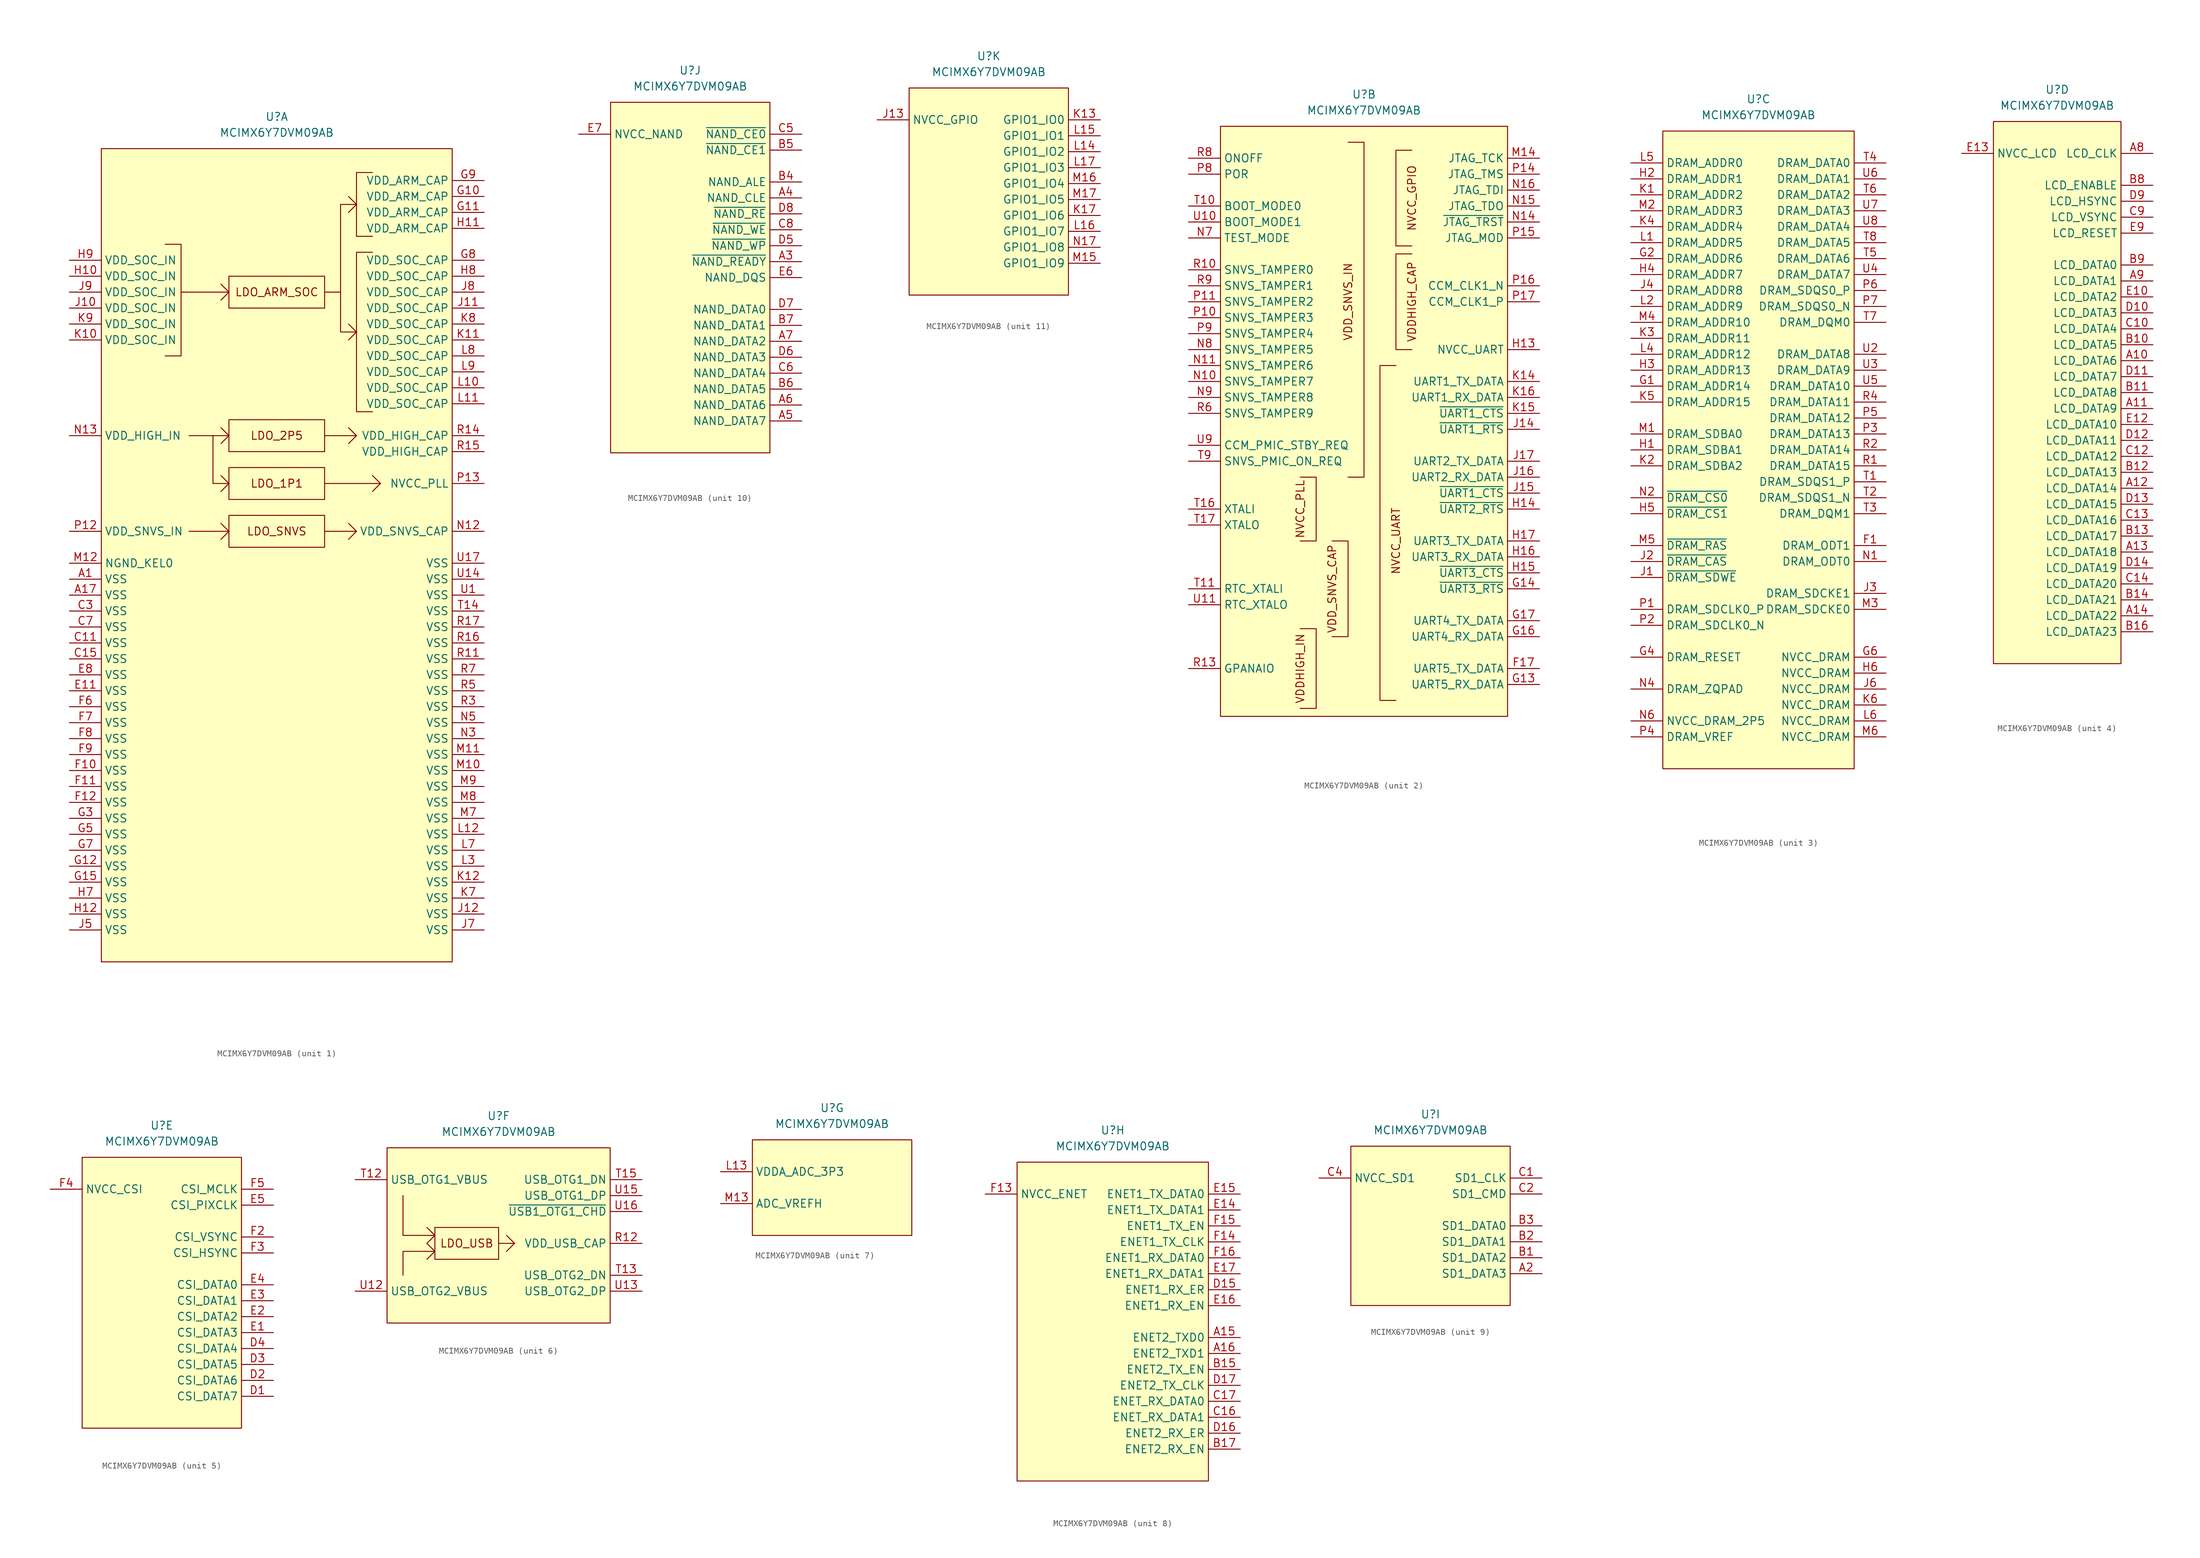
<source format=kicad_sym>
(kicad_symbol_lib
  (version 20231120)
  (generator "kicad_symbol_editor")
  (generator_version "8.0")
  (symbol "MCIMX6Y7DVM09AB"
    (property "Reference" "U"
      (at 0 0 0)
      (effects (font (size 1.27 1.27))))
    (property "Value" "MCIMX6Y7DVM09AB"
      (at 0 -2.54 0)
      (effects (font (size 1.27 1.27))))
    (property "ki_locked" ""
      (at 0 0 0)
      (effects (font (size 1.27 1.27))))
    (symbol "MCIMX6Y7DVM09AB_1_0"
      (rectangle (start -7.62 -63.5) (end 7.62 -68.58) (stroke (width 0.152) (type default)) (fill (type none)))
      (rectangle (start -7.62 -55.88) (end 7.62 -60.96) (stroke (width 0.152) (type default)) (fill (type none)))
      (rectangle (start -7.62 -48.26) (end 7.62 -53.34) (stroke (width 0.152) (type default)) (fill (type none)))
      (rectangle (start -7.62 -25.4) (end 7.62 -30.48) (stroke (width 0.152) (type default)) (fill (type none)))
      (polyline (pts (xy -15.24 -27.94) (xy -7.62 -27.94)) (stroke (width 0.152) (type default)) (fill (type none)))
      (polyline (pts (xy -13.97 -66.04) (xy -7.62 -66.04)) (stroke (width 0.152) (type default)) (fill (type none)))
      (polyline (pts (xy -13.97 -50.8) (xy -7.62 -50.8)) (stroke (width 0.152) (type default)) (fill (type none)))
      (polyline (pts (xy 7.62 -66.04) (xy 12.7 -66.04)) (stroke (width 0.152) (type default)) (fill (type none)))
      (polyline (pts (xy 7.62 -58.42) (xy 16.51 -58.42)) (stroke (width 0.152) (type default)) (fill (type none)))
      (polyline (pts (xy 7.62 -50.8) (xy 12.7 -50.8)) (stroke (width 0.152) (type default)) (fill (type none)))
      (polyline (pts (xy -8.89 -64.77) (xy -7.62 -66.04) (xy -8.89 -67.31)) (stroke (width 0.152) (type default)) (fill (type none)))
      (polyline (pts (xy -8.89 -57.15) (xy -7.62 -58.42) (xy -8.89 -59.69)) (stroke (width 0.152) (type default)) (fill (type none)))
      (polyline (pts (xy -8.89 -49.53) (xy -7.62 -50.8) (xy -8.89 -52.07)) (stroke (width 0.152) (type default)) (fill (type none)))
      (polyline (pts (xy -8.89 -26.67) (xy -7.62 -27.94) (xy -8.89 -29.21)) (stroke (width 0.152) (type default)) (fill (type none)))
      (polyline (pts (xy -7.62 -58.42) (xy -10.16 -58.42) (xy -10.16 -50.8)) (stroke (width 0.152) (type default)) (fill (type none)))
      (polyline (pts (xy 10.16 -27.94) (xy 10.16 -34.29) (xy 12.7 -34.29)) (stroke (width 0.152) (type default)) (fill (type none)))
      (polyline (pts (xy 11.43 -64.77) (xy 12.7 -66.04) (xy 11.43 -67.31)) (stroke (width 0.152) (type default)) (fill (type none)))
      (polyline (pts (xy 11.43 -52.07) (xy 12.7 -50.8) (xy 11.43 -49.53)) (stroke (width 0.152) (type default)) (fill (type none)))
      (polyline (pts (xy 11.43 -33.02) (xy 12.7 -34.29) (xy 11.43 -35.56)) (stroke (width 0.152) (type default)) (fill (type none)))
      (polyline (pts (xy 11.43 -12.7) (xy 12.7 -13.97) (xy 11.43 -15.24)) (stroke (width 0.152) (type default)) (fill (type none)))
      (polyline (pts (xy 15.24 -59.69) (xy 16.51 -58.42) (xy 15.24 -57.15)) (stroke (width 0.152) (type default)) (fill (type none)))
      (polyline (pts (xy -17.78 -20.32) (xy -15.24 -20.32) (xy -15.24 -38.1) (xy -17.78 -38.1)) (stroke (width 0.152) (type default)) (fill (type none)))
      (polyline (pts (xy 7.62 -27.94) (xy 10.16 -27.94) (xy 10.16 -13.97) (xy 12.7 -13.97)) (stroke (width 0.152) (type default)) (fill (type none)))
      (polyline (pts (xy 15.24 -21.59) (xy 12.7 -21.59) (xy 12.7 -46.99) (xy 15.24 -46.99)) (stroke (width 0.152) (type default)) (fill (type none)))
      (polyline (pts (xy 15.24 -8.89) (xy 12.7 -8.89) (xy 12.7 -19.05) (xy 15.24 -19.05)) (stroke (width 0.152) (type default)) (fill (type none)))
      (text "LDO_1P1" (at 0 -58.42 0) (effects (font (size 1.27 1.27))))
      (text "LDO_2P5" (at 0 -50.8 0) (effects (font (size 1.27 1.27))))
      (text "LDO_ARM_SOC" (at 0 -27.94 0) (effects (font (size 1.27 1.27))))
      (text "LDO_SNVS" (at 0 -66.04 0) (effects (font (size 1.27 1.27)))))
    (symbol "MCIMX6Y7DVM09AB_1_1"
      (rectangle (start -27.94 -5.08) (end 27.94 -134.62) (stroke (width 0.152) (type default)) (fill (type background)))
      (pin power_in line (at -33.02 -73.66 0) (length 5.08) (name "VSS" (effects (font (size 1.27 1.27)))) (number "A1" (effects (font (size 1.27 1.27)))))
      (pin power_in line (at -33.02 -76.2 0) (length 5.08) (name "VSS" (effects (font (size 1.27 1.27)))) (number "A17" (effects (font (size 1.27 1.27)))))
      (pin power_in line (at -33.02 -83.82 0) (length 5.08) (name "VSS" (effects (font (size 1.27 1.27)))) (number "C11" (effects (font (size 1.27 1.27)))))
      (pin power_in line (at -33.02 -86.36 0) (length 5.08) (name "VSS" (effects (font (size 1.27 1.27)))) (number "C15" (effects (font (size 1.27 1.27)))))
      (pin power_in line (at -33.02 -78.74 0) (length 5.08) (name "VSS" (effects (font (size 1.27 1.27)))) (number "C3" (effects (font (size 1.27 1.27)))))
      (pin power_in line (at -33.02 -81.28 0) (length 5.08) (name "VSS" (effects (font (size 1.27 1.27)))) (number "C7" (effects (font (size 1.27 1.27)))))
      (pin power_in line (at -33.02 -91.44 0) (length 5.08) (name "VSS" (effects (font (size 1.27 1.27)))) (number "E11" (effects (font (size 1.27 1.27)))))
      (pin power_in line (at -33.02 -88.9 0) (length 5.08) (name "VSS" (effects (font (size 1.27 1.27)))) (number "E8" (effects (font (size 1.27 1.27)))))
      (pin power_in line (at -33.02 -104.14 0) (length 5.08) (name "VSS" (effects (font (size 1.27 1.27)))) (number "F10" (effects (font (size 1.27 1.27)))))
      (pin power_in line (at -33.02 -106.68 0) (length 5.08) (name "VSS" (effects (font (size 1.27 1.27)))) (number "F11" (effects (font (size 1.27 1.27)))))
      (pin power_in line (at -33.02 -109.22 0) (length 5.08) (name "VSS" (effects (font (size 1.27 1.27)))) (number "F12" (effects (font (size 1.27 1.27)))))
      (pin power_in line (at -33.02 -93.98 0) (length 5.08) (name "VSS" (effects (font (size 1.27 1.27)))) (number "F6" (effects (font (size 1.27 1.27)))))
      (pin power_in line (at -33.02 -96.52 0) (length 5.08) (name "VSS" (effects (font (size 1.27 1.27)))) (number "F7" (effects (font (size 1.27 1.27)))))
      (pin power_in line (at -33.02 -99.06 0) (length 5.08) (name "VSS" (effects (font (size 1.27 1.27)))) (number "F8" (effects (font (size 1.27 1.27)))))
      (pin power_in line (at -33.02 -101.6 0) (length 5.08) (name "VSS" (effects (font (size 1.27 1.27)))) (number "F9" (effects (font (size 1.27 1.27)))))
      (pin power_out line (at 33.02 -12.7 180) (length 5.08) (name "VDD_ARM_CAP" (effects (font (size 1.27 1.27)))) (number "G10" (effects (font (size 1.27 1.27)))))
      (pin power_out line (at 33.02 -15.24 180) (length 5.08) (name "VDD_ARM_CAP" (effects (font (size 1.27 1.27)))) (number "G11" (effects (font (size 1.27 1.27)))))
      (pin power_in line (at -33.02 -119.38 0) (length 5.08) (name "VSS" (effects (font (size 1.27 1.27)))) (number "G12" (effects (font (size 1.27 1.27)))))
      (pin power_in line (at -33.02 -121.92 0) (length 5.08) (name "VSS" (effects (font (size 1.27 1.27)))) (number "G15" (effects (font (size 1.27 1.27)))))
      (pin power_in line (at -33.02 -111.76 0) (length 5.08) (name "VSS" (effects (font (size 1.27 1.27)))) (number "G3" (effects (font (size 1.27 1.27)))))
      (pin power_in line (at -33.02 -114.3 0) (length 5.08) (name "VSS" (effects (font (size 1.27 1.27)))) (number "G5" (effects (font (size 1.27 1.27)))))
      (pin power_in line (at -33.02 -116.84 0) (length 5.08) (name "VSS" (effects (font (size 1.27 1.27)))) (number "G7" (effects (font (size 1.27 1.27)))))
      (pin power_out line (at 33.02 -22.86 180) (length 5.08) (name "VDD_SOC_CAP" (effects (font (size 1.27 1.27)))) (number "G8" (effects (font (size 1.27 1.27)))))
      (pin power_out line (at 33.02 -10.16 180) (length 5.08) (name "VDD_ARM_CAP" (effects (font (size 1.27 1.27)))) (number "G9" (effects (font (size 1.27 1.27)))))
      (pin power_in line (at -33.02 -25.4 0) (length 5.08) (name "VDD_SOC_IN" (effects (font (size 1.27 1.27)))) (number "H10" (effects (font (size 1.27 1.27)))))
      (pin power_out line (at 33.02 -17.78 180) (length 5.08) (name "VDD_ARM_CAP" (effects (font (size 1.27 1.27)))) (number "H11" (effects (font (size 1.27 1.27)))))
      (pin power_in line (at -33.02 -127 0) (length 5.08) (name "VSS" (effects (font (size 1.27 1.27)))) (number "H12" (effects (font (size 1.27 1.27)))))
      (pin power_in line (at -33.02 -124.46 0) (length 5.08) (name "VSS" (effects (font (size 1.27 1.27)))) (number "H7" (effects (font (size 1.27 1.27)))))
      (pin power_out line (at 33.02 -25.4 180) (length 5.08) (name "VDD_SOC_CAP" (effects (font (size 1.27 1.27)))) (number "H8" (effects (font (size 1.27 1.27)))))
      (pin power_in line (at -33.02 -22.86 0) (length 5.08) (name "VDD_SOC_IN" (effects (font (size 1.27 1.27)))) (number "H9" (effects (font (size 1.27 1.27)))))
      (pin power_in line (at -33.02 -30.48 0) (length 5.08) (name "VDD_SOC_IN" (effects (font (size 1.27 1.27)))) (number "J10" (effects (font (size 1.27 1.27)))))
      (pin power_out line (at 33.02 -30.48 180) (length 5.08) (name "VDD_SOC_CAP" (effects (font (size 1.27 1.27)))) (number "J11" (effects (font (size 1.27 1.27)))))
      (pin power_out line (at 33.02 -127 180) (length 5.08) (name "VSS" (effects (font (size 1.27 1.27)))) (number "J12" (effects (font (size 1.27 1.27)))))
      (pin power_in line (at -33.02 -129.54 0) (length 5.08) (name "VSS" (effects (font (size 1.27 1.27)))) (number "J5" (effects (font (size 1.27 1.27)))))
      (pin power_out line (at 33.02 -129.54 180) (length 5.08) (name "VSS" (effects (font (size 1.27 1.27)))) (number "J7" (effects (font (size 1.27 1.27)))))
      (pin power_out line (at 33.02 -27.94 180) (length 5.08) (name "VDD_SOC_CAP" (effects (font (size 1.27 1.27)))) (number "J8" (effects (font (size 1.27 1.27)))))
      (pin power_in line (at -33.02 -27.94 0) (length 5.08) (name "VDD_SOC_IN" (effects (font (size 1.27 1.27)))) (number "J9" (effects (font (size 1.27 1.27)))))
      (pin power_in line (at -33.02 -35.56 0) (length 5.08) (name "VDD_SOC_IN" (effects (font (size 1.27 1.27)))) (number "K10" (effects (font (size 1.27 1.27)))))
      (pin power_out line (at 33.02 -35.56 180) (length 5.08) (name "VDD_SOC_CAP" (effects (font (size 1.27 1.27)))) (number "K11" (effects (font (size 1.27 1.27)))))
      (pin power_out line (at 33.02 -121.92 180) (length 5.08) (name "VSS" (effects (font (size 1.27 1.27)))) (number "K12" (effects (font (size 1.27 1.27)))))
      (pin power_out line (at 33.02 -124.46 180) (length 5.08) (name "VSS" (effects (font (size 1.27 1.27)))) (number "K7" (effects (font (size 1.27 1.27)))))
      (pin power_out line (at 33.02 -33.02 180) (length 5.08) (name "VDD_SOC_CAP" (effects (font (size 1.27 1.27)))) (number "K8" (effects (font (size 1.27 1.27)))))
      (pin power_in line (at -33.02 -33.02 0) (length 5.08) (name "VDD_SOC_IN" (effects (font (size 1.27 1.27)))) (number "K9" (effects (font (size 1.27 1.27)))))
      (pin power_out line (at 33.02 -43.18 180) (length 5.08) (name "VDD_SOC_CAP" (effects (font (size 1.27 1.27)))) (number "L10" (effects (font (size 1.27 1.27)))))
      (pin power_out line (at 33.02 -45.72 180) (length 5.08) (name "VDD_SOC_CAP" (effects (font (size 1.27 1.27)))) (number "L11" (effects (font (size 1.27 1.27)))))
      (pin power_out line (at 33.02 -114.3 180) (length 5.08) (name "VSS" (effects (font (size 1.27 1.27)))) (number "L12" (effects (font (size 1.27 1.27)))))
      (pin power_out line (at 33.02 -119.38 180) (length 5.08) (name "VSS" (effects (font (size 1.27 1.27)))) (number "L3" (effects (font (size 1.27 1.27)))))
      (pin power_out line (at 33.02 -116.84 180) (length 5.08) (name "VSS" (effects (font (size 1.27 1.27)))) (number "L7" (effects (font (size 1.27 1.27)))))
      (pin power_out line (at 33.02 -38.1 180) (length 5.08) (name "VDD_SOC_CAP" (effects (font (size 1.27 1.27)))) (number "L8" (effects (font (size 1.27 1.27)))))
      (pin power_out line (at 33.02 -40.64 180) (length 5.08) (name "VDD_SOC_CAP" (effects (font (size 1.27 1.27)))) (number "L9" (effects (font (size 1.27 1.27)))))
      (pin power_out line (at 33.02 -104.14 180) (length 5.08) (name "VSS" (effects (font (size 1.27 1.27)))) (number "M10" (effects (font (size 1.27 1.27)))))
      (pin power_out line (at 33.02 -101.6 180) (length 5.08) (name "VSS" (effects (font (size 1.27 1.27)))) (number "M11" (effects (font (size 1.27 1.27)))))
      (pin power_in line (at -33.02 -71.12 0) (length 5.08) (name "NGND_KEL0" (effects (font (size 1.27 1.27)))) (number "M12" (effects (font (size 1.27 1.27)))))
      (pin power_out line (at 33.02 -111.76 180) (length 5.08) (name "VSS" (effects (font (size 1.27 1.27)))) (number "M7" (effects (font (size 1.27 1.27)))))
      (pin power_out line (at 33.02 -109.22 180) (length 5.08) (name "VSS" (effects (font (size 1.27 1.27)))) (number "M8" (effects (font (size 1.27 1.27)))))
      (pin power_out line (at 33.02 -106.68 180) (length 5.08) (name "VSS" (effects (font (size 1.27 1.27)))) (number "M9" (effects (font (size 1.27 1.27)))))
      (pin power_out line (at 33.02 -66.04 180) (length 5.08) (name "VDD_SNVS_CAP" (effects (font (size 1.27 1.27)))) (number "N12" (effects (font (size 1.27 1.27)))))
      (pin power_in line (at -33.02 -50.8 0) (length 5.08) (name "VDD_HIGH_IN" (effects (font (size 1.27 1.27)))) (number "N13" (effects (font (size 1.27 1.27)))))
      (pin power_out line (at 33.02 -99.06 180) (length 5.08) (name "VSS" (effects (font (size 1.27 1.27)))) (number "N3" (effects (font (size 1.27 1.27)))))
      (pin power_out line (at 33.02 -96.52 180) (length 5.08) (name "VSS" (effects (font (size 1.27 1.27)))) (number "N5" (effects (font (size 1.27 1.27)))))
      (pin power_in line (at -33.02 -66.04 0) (length 5.08) (name "VDD_SNVS_IN" (effects (font (size 1.27 1.27)))) (number "P12" (effects (font (size 1.27 1.27)))))
      (pin power_out line (at 33.02 -58.42 180) (length 5.08) (name "NVCC_PLL" (effects (font (size 1.27 1.27)))) (number "P13" (effects (font (size 1.27 1.27)))))
      (pin power_out line (at 33.02 -86.36 180) (length 5.08) (name "VSS" (effects (font (size 1.27 1.27)))) (number "R11" (effects (font (size 1.27 1.27)))))
      (pin power_out line (at 33.02 -50.8 180) (length 5.08) (name "VDD_HIGH_CAP" (effects (font (size 1.27 1.27)))) (number "R14" (effects (font (size 1.27 1.27)))))
      (pin power_out line (at 33.02 -53.34 180) (length 5.08) (name "VDD_HIGH_CAP" (effects (font (size 1.27 1.27)))) (number "R15" (effects (font (size 1.27 1.27)))))
      (pin power_out line (at 33.02 -83.82 180) (length 5.08) (name "VSS" (effects (font (size 1.27 1.27)))) (number "R16" (effects (font (size 1.27 1.27)))))
      (pin power_out line (at 33.02 -81.28 180) (length 5.08) (name "VSS" (effects (font (size 1.27 1.27)))) (number "R17" (effects (font (size 1.27 1.27)))))
      (pin power_out line (at 33.02 -93.98 180) (length 5.08) (name "VSS" (effects (font (size 1.27 1.27)))) (number "R3" (effects (font (size 1.27 1.27)))))
      (pin power_out line (at 33.02 -91.44 180) (length 5.08) (name "VSS" (effects (font (size 1.27 1.27)))) (number "R5" (effects (font (size 1.27 1.27)))))
      (pin power_out line (at 33.02 -88.9 180) (length 5.08) (name "VSS" (effects (font (size 1.27 1.27)))) (number "R7" (effects (font (size 1.27 1.27)))))
      (pin power_out line (at 33.02 -78.74 180) (length 5.08) (name "VSS" (effects (font (size 1.27 1.27)))) (number "T14" (effects (font (size 1.27 1.27)))))
      (pin power_out line (at 33.02 -76.2 180) (length 5.08) (name "VSS" (effects (font (size 1.27 1.27)))) (number "U1" (effects (font (size 1.27 1.27)))))
      (pin power_out line (at 33.02 -73.66 180) (length 5.08) (name "VSS" (effects (font (size 1.27 1.27)))) (number "U14" (effects (font (size 1.27 1.27)))))
      (pin power_out line (at 33.02 -71.12 180) (length 5.08) (name "VSS" (effects (font (size 1.27 1.27)))) (number "U17" (effects (font (size 1.27 1.27))))))
    (symbol "MCIMX6Y7DVM09AB_2_0"
      (rectangle (start -22.86 -5.08) (end 22.86 -99.06) (stroke (width 0.152) (type default)) (fill (type background)))
      (polyline (pts (xy -10.16 -60.96) (xy -7.62 -60.96) (xy -7.62 -71.12) (xy -10.16 -71.12)) (stroke (width 0.152) (type default)) (fill (type none)))
      (polyline (pts (xy -5.08 -71.12) (xy -2.54 -71.12) (xy -2.54 -86.36) (xy -5.08 -86.36)) (stroke (width 0.152) (type default)) (fill (type none)))
      (polyline (pts (xy 5.08 -43.18) (xy 2.54 -43.18) (xy 2.54 -96.52) (xy 5.08 -96.52)) (stroke (width 0.152) (type default)) (fill (type none)))
      (polyline (pts (xy 7.62 -40.64) (xy 5.08 -40.64) (xy 5.08 -25.4) (xy 7.62 -25.4)) (stroke (width 0.152) (type default)) (fill (type none)))
      (polyline (pts (xy 7.62 -24.13) (xy 5.08 -24.13) (xy 5.08 -8.89) (xy 7.62 -8.89)) (stroke (width 0.152) (type default)) (fill (type none))))
    (symbol "MCIMX6Y7DVM09AB_2_1"
      (polyline (pts (xy -10.16 -85.09) (xy -7.62 -85.09) (xy -7.62 -97.79) (xy -10.16 -97.79)) (stroke (width 0.152) (type default)) (fill (type none)))
      (polyline (pts (xy -2.54 -7.62) (xy 0 -7.62) (xy 0 -60.96) (xy -2.54 -60.96)) (stroke (width 0.152) (type default)) (fill (type none)))
      (text "NVCC_GPIO" (at 7.62 -16.51 900) (effects (font (size 1.27 1.27))))
      (text "NVCC_PLL" (at -10.16 -66.04 900) (effects (font (size 1.27 1.27))))
      (text "NVCC_UART" (at 5.08 -71.12 900) (effects (font (size 1.27 1.27))))
      (text "VDD_SNVS_CAP" (at -5.08 -78.74 900) (effects (font (size 1.27 1.27))))
      (text "VDD_SNVS_IN" (at -2.54 -33.02 900) (effects (font (size 1.27 1.27))))
      (text "VDDHIGH_CAP" (at 7.62 -33.02 900) (effects (font (size 1.27 1.27))))
      (text "VDDHIGH_IN" (at -10.16 -91.44 900) (effects (font (size 1.27 1.27))))
      (pin output line (at 27.94 -91.44 180) (length 5.08) (name "UART5_TX_DATA" (effects (font (size 1.27 1.27)))) (number "F17" (effects (font (size 1.27 1.27)))))
      (pin input line (at 27.94 -93.98 180) (length 5.08) (name "UART5_RX_DATA" (effects (font (size 1.27 1.27)))) (number "G13" (effects (font (size 1.27 1.27)))))
      (pin output line (at 27.94 -78.74 180) (length 5.08) (name "~{UART3_RTS}" (effects (font (size 1.27 1.27)))) (number "G14" (effects (font (size 1.27 1.27)))))
      (pin input line (at 27.94 -86.36 180) (length 5.08) (name "UART4_RX_DATA" (effects (font (size 1.27 1.27)))) (number "G16" (effects (font (size 1.27 1.27)))))
      (pin output line (at 27.94 -83.82 180) (length 5.08) (name "UART4_TX_DATA" (effects (font (size 1.27 1.27)))) (number "G17" (effects (font (size 1.27 1.27)))))
      (pin power_in line (at 27.94 -40.64 180) (length 5.08) (name "NVCC_UART" (effects (font (size 1.27 1.27)))) (number "H13" (effects (font (size 1.27 1.27)))))
      (pin output line (at 27.94 -66.04 180) (length 5.08) (name "~{UART2_RTS}" (effects (font (size 1.27 1.27)))) (number "H14" (effects (font (size 1.27 1.27)))))
      (pin output line (at 27.94 -76.2 180) (length 5.08) (name "~{UART3_CTS}" (effects (font (size 1.27 1.27)))) (number "H15" (effects (font (size 1.27 1.27)))))
      (pin input line (at 27.94 -73.66 180) (length 5.08) (name "UART3_RX_DATA" (effects (font (size 1.27 1.27)))) (number "H16" (effects (font (size 1.27 1.27)))))
      (pin output line (at 27.94 -71.12 180) (length 5.08) (name "UART3_TX_DATA" (effects (font (size 1.27 1.27)))) (number "H17" (effects (font (size 1.27 1.27)))))
      (pin output line (at 27.94 -53.34 180) (length 5.08) (name "~{UART1_RTS}" (effects (font (size 1.27 1.27)))) (number "J14" (effects (font (size 1.27 1.27)))))
      (pin output line (at 27.94 -63.5 180) (length 5.08) (name "~{UART1_CTS}" (effects (font (size 1.27 1.27)))) (number "J15" (effects (font (size 1.27 1.27)))))
      (pin input line (at 27.94 -60.96 180) (length 5.08) (name "UART2_RX_DATA" (effects (font (size 1.27 1.27)))) (number "J16" (effects (font (size 1.27 1.27)))))
      (pin output line (at 27.94 -58.42 180) (length 5.08) (name "UART2_TX_DATA" (effects (font (size 1.27 1.27)))) (number "J17" (effects (font (size 1.27 1.27)))))
      (pin output line (at 27.94 -45.72 180) (length 5.08) (name "UART1_TX_DATA" (effects (font (size 1.27 1.27)))) (number "K14" (effects (font (size 1.27 1.27)))))
      (pin output line (at 27.94 -50.8 180) (length 5.08) (name "~{UART1_CTS}" (effects (font (size 1.27 1.27)))) (number "K15" (effects (font (size 1.27 1.27)))))
      (pin input line (at 27.94 -48.26 180) (length 5.08) (name "UART1_RX_DATA" (effects (font (size 1.27 1.27)))) (number "K16" (effects (font (size 1.27 1.27)))))
      (pin input line (at 27.94 -10.16 180) (length 5.08) (name "JTAG_TCK" (effects (font (size 1.27 1.27)))) (number "M14" (effects (font (size 1.27 1.27)))))
      (pin input line (at -27.94 -45.72 0) (length 5.08) (name "SNVS_TAMPER7" (effects (font (size 1.27 1.27)))) (number "N10" (effects (font (size 1.27 1.27)))))
      (pin input line (at -27.94 -43.18 0) (length 5.08) (name "SNVS_TAMPER6" (effects (font (size 1.27 1.27)))) (number "N11" (effects (font (size 1.27 1.27)))))
      (pin input line (at 27.94 -20.32 180) (length 5.08) (name "~{JTAG_TRST}" (effects (font (size 1.27 1.27)))) (number "N14" (effects (font (size 1.27 1.27)))))
      (pin output line (at 27.94 -17.78 180) (length 5.08) (name "JTAG_TDO" (effects (font (size 1.27 1.27)))) (number "N15" (effects (font (size 1.27 1.27)))))
      (pin input line (at 27.94 -15.24 180) (length 5.08) (name "JTAG_TDI" (effects (font (size 1.27 1.27)))) (number "N16" (effects (font (size 1.27 1.27)))))
      (pin input line (at -27.94 -22.86 0) (length 5.08) (name "TEST_MODE" (effects (font (size 1.27 1.27)))) (number "N7" (effects (font (size 1.27 1.27)))))
      (pin input line (at -27.94 -40.64 0) (length 5.08) (name "SNVS_TAMPER5" (effects (font (size 1.27 1.27)))) (number "N8" (effects (font (size 1.27 1.27)))))
      (pin input line (at -27.94 -48.26 0) (length 5.08) (name "SNVS_TAMPER8" (effects (font (size 1.27 1.27)))) (number "N9" (effects (font (size 1.27 1.27)))))
      (pin input line (at -27.94 -35.56 0) (length 5.08) (name "SNVS_TAMPER3" (effects (font (size 1.27 1.27)))) (number "P10" (effects (font (size 1.27 1.27)))))
      (pin input line (at -27.94 -33.02 0) (length 5.08) (name "SNVS_TAMPER2" (effects (font (size 1.27 1.27)))) (number "P11" (effects (font (size 1.27 1.27)))))
      (pin input line (at 27.94 -12.7 180) (length 5.08) (name "JTAG_TMS" (effects (font (size 1.27 1.27)))) (number "P14" (effects (font (size 1.27 1.27)))))
      (pin input line (at 27.94 -22.86 180) (length 5.08) (name "JTAG_MOD" (effects (font (size 1.27 1.27)))) (number "P15" (effects (font (size 1.27 1.27)))))
      (pin output line (at 27.94 -30.48 180) (length 5.08) (name "CCM_CLK1_N" (effects (font (size 1.27 1.27)))) (number "P16" (effects (font (size 1.27 1.27)))))
      (pin output line (at 27.94 -33.02 180) (length 5.08) (name "CCM_CLK1_P" (effects (font (size 1.27 1.27)))) (number "P17" (effects (font (size 1.27 1.27)))))
      (pin input line (at -27.94 -12.7 0) (length 5.08) (name "POR" (effects (font (size 1.27 1.27)))) (number "P8" (effects (font (size 1.27 1.27)))))
      (pin input line (at -27.94 -38.1 0) (length 5.08) (name "SNVS_TAMPER4" (effects (font (size 1.27 1.27)))) (number "P9" (effects (font (size 1.27 1.27)))))
      (pin input line (at -27.94 -27.94 0) (length 5.08) (name "SNVS_TAMPER0" (effects (font (size 1.27 1.27)))) (number "R10" (effects (font (size 1.27 1.27)))))
      (pin input line (at -27.94 -91.44 0) (length 5.08) (name "GPANAIO" (effects (font (size 1.27 1.27)))) (number "R13" (effects (font (size 1.27 1.27)))))
      (pin input line (at -27.94 -50.8 0) (length 5.08) (name "SNVS_TAMPER9" (effects (font (size 1.27 1.27)))) (number "R6" (effects (font (size 1.27 1.27)))))
      (pin input line (at -27.94 -10.16 0) (length 5.08) (name "ONOFF" (effects (font (size 1.27 1.27)))) (number "R8" (effects (font (size 1.27 1.27)))))
      (pin input line (at -27.94 -30.48 0) (length 5.08) (name "SNVS_TAMPER1" (effects (font (size 1.27 1.27)))) (number "R9" (effects (font (size 1.27 1.27)))))
      (pin input line (at -27.94 -17.78 0) (length 5.08) (name "BOOT_MODE0" (effects (font (size 1.27 1.27)))) (number "T10" (effects (font (size 1.27 1.27)))))
      (pin input line (at -27.94 -78.74 0) (length 5.08) (name "RTC_XTALI" (effects (font (size 1.27 1.27)))) (number "T11" (effects (font (size 1.27 1.27)))))
      (pin input line (at -27.94 -66.04 0) (length 5.08) (name "XTALI" (effects (font (size 1.27 1.27)))) (number "T16" (effects (font (size 1.27 1.27)))))
      (pin output line (at -27.94 -68.58 0) (length 5.08) (name "XTALO" (effects (font (size 1.27 1.27)))) (number "T17" (effects (font (size 1.27 1.27)))))
      (pin input line (at -27.94 -58.42 0) (length 5.08) (name "SNVS_PMIC_ON_REQ" (effects (font (size 1.27 1.27)))) (number "T9" (effects (font (size 1.27 1.27)))))
      (pin input line (at -27.94 -20.32 0) (length 5.08) (name "BOOT_MODE1" (effects (font (size 1.27 1.27)))) (number "U10" (effects (font (size 1.27 1.27)))))
      (pin output line (at -27.94 -81.28 0) (length 5.08) (name "RTC_XTALO" (effects (font (size 1.27 1.27)))) (number "U11" (effects (font (size 1.27 1.27)))))
      (pin input line (at -27.94 -55.88 0) (length 5.08) (name "CCM_PMIC_STBY_REQ" (effects (font (size 1.27 1.27)))) (number "U9" (effects (font (size 1.27 1.27))))))
    (symbol "MCIMX6Y7DVM09AB_3_1"
      (rectangle (start -15.24 -5.08) (end 15.24 -106.68) (stroke (width 0.152) (type default)) (fill (type background)))
      (pin output line (at 20.32 -71.12 180) (length 5.08) (name "DRAM_ODT1" (effects (font (size 1.27 1.27)))) (number "F1" (effects (font (size 1.27 1.27)))))
      (pin output line (at -20.32 -45.72 0) (length 5.08) (name "DRAM_ADDR14" (effects (font (size 1.27 1.27)))) (number "G1" (effects (font (size 1.27 1.27)))))
      (pin output line (at -20.32 -25.4 0) (length 5.08) (name "DRAM_ADDR6" (effects (font (size 1.27 1.27)))) (number "G2" (effects (font (size 1.27 1.27)))))
      (pin output line (at -20.32 -88.9 0) (length 5.08) (name "DRAM_RESET" (effects (font (size 1.27 1.27)))) (number "G4" (effects (font (size 1.27 1.27)))))
      (pin power_in line (at 20.32 -88.9 180) (length 5.08) (name "NVCC_DRAM" (effects (font (size 1.27 1.27)))) (number "G6" (effects (font (size 1.27 1.27)))))
      (pin output line (at -20.32 -55.88 0) (length 5.08) (name "DRAM_SDBA1" (effects (font (size 1.27 1.27)))) (number "H1" (effects (font (size 1.27 1.27)))))
      (pin output line (at -20.32 -12.7 0) (length 5.08) (name "DRAM_ADDR1" (effects (font (size 1.27 1.27)))) (number "H2" (effects (font (size 1.27 1.27)))))
      (pin output line (at -20.32 -43.18 0) (length 5.08) (name "DRAM_ADDR13" (effects (font (size 1.27 1.27)))) (number "H3" (effects (font (size 1.27 1.27)))))
      (pin output line (at -20.32 -27.94 0) (length 5.08) (name "DRAM_ADDR7" (effects (font (size 1.27 1.27)))) (number "H4" (effects (font (size 1.27 1.27)))))
      (pin output line (at -20.32 -66.04 0) (length 5.08) (name "~{DRAM_CS1}" (effects (font (size 1.27 1.27)))) (number "H5" (effects (font (size 1.27 1.27)))))
      (pin power_in line (at 20.32 -91.44 180) (length 5.08) (name "NVCC_DRAM" (effects (font (size 1.27 1.27)))) (number "H6" (effects (font (size 1.27 1.27)))))
      (pin output line (at -20.32 -76.2 0) (length 5.08) (name "~{DRAM_SDWE}" (effects (font (size 1.27 1.27)))) (number "J1" (effects (font (size 1.27 1.27)))))
      (pin output line (at -20.32 -73.66 0) (length 5.08) (name "~{DRAM_CAS}" (effects (font (size 1.27 1.27)))) (number "J2" (effects (font (size 1.27 1.27)))))
      (pin output line (at 20.32 -78.74 180) (length 5.08) (name "DRAM_SDCKE1" (effects (font (size 1.27 1.27)))) (number "J3" (effects (font (size 1.27 1.27)))))
      (pin output line (at -20.32 -30.48 0) (length 5.08) (name "DRAM_ADDR8" (effects (font (size 1.27 1.27)))) (number "J4" (effects (font (size 1.27 1.27)))))
      (pin power_in line (at 20.32 -93.98 180) (length 5.08) (name "NVCC_DRAM" (effects (font (size 1.27 1.27)))) (number "J6" (effects (font (size 1.27 1.27)))))
      (pin output line (at -20.32 -15.24 0) (length 5.08) (name "DRAM_ADDR2" (effects (font (size 1.27 1.27)))) (number "K1" (effects (font (size 1.27 1.27)))))
      (pin output line (at -20.32 -58.42 0) (length 5.08) (name "DRAM_SDBA2" (effects (font (size 1.27 1.27)))) (number "K2" (effects (font (size 1.27 1.27)))))
      (pin output line (at -20.32 -38.1 0) (length 5.08) (name "DRAM_ADDR11" (effects (font (size 1.27 1.27)))) (number "K3" (effects (font (size 1.27 1.27)))))
      (pin output line (at -20.32 -20.32 0) (length 5.08) (name "DRAM_ADDR4" (effects (font (size 1.27 1.27)))) (number "K4" (effects (font (size 1.27 1.27)))))
      (pin output line (at -20.32 -48.26 0) (length 5.08) (name "DRAM_ADDR15" (effects (font (size 1.27 1.27)))) (number "K5" (effects (font (size 1.27 1.27)))))
      (pin power_in line (at 20.32 -96.52 180) (length 5.08) (name "NVCC_DRAM" (effects (font (size 1.27 1.27)))) (number "K6" (effects (font (size 1.27 1.27)))))
      (pin output line (at -20.32 -22.86 0) (length 5.08) (name "DRAM_ADDR5" (effects (font (size 1.27 1.27)))) (number "L1" (effects (font (size 1.27 1.27)))))
      (pin output line (at -20.32 -33.02 0) (length 5.08) (name "DRAM_ADDR9" (effects (font (size 1.27 1.27)))) (number "L2" (effects (font (size 1.27 1.27)))))
      (pin output line (at -20.32 -40.64 0) (length 5.08) (name "DRAM_ADDR12" (effects (font (size 1.27 1.27)))) (number "L4" (effects (font (size 1.27 1.27)))))
      (pin output line (at -20.32 -10.16 0) (length 5.08) (name "DRAM_ADDR0" (effects (font (size 1.27 1.27)))) (number "L5" (effects (font (size 1.27 1.27)))))
      (pin power_in line (at 20.32 -99.06 180) (length 5.08) (name "NVCC_DRAM" (effects (font (size 1.27 1.27)))) (number "L6" (effects (font (size 1.27 1.27)))))
      (pin output line (at -20.32 -53.34 0) (length 5.08) (name "DRAM_SDBA0" (effects (font (size 1.27 1.27)))) (number "M1" (effects (font (size 1.27 1.27)))))
      (pin output line (at -20.32 -17.78 0) (length 5.08) (name "DRAM_ADDR3" (effects (font (size 1.27 1.27)))) (number "M2" (effects (font (size 1.27 1.27)))))
      (pin output line (at 20.32 -81.28 180) (length 5.08) (name "DRAM_SDCKE0" (effects (font (size 1.27 1.27)))) (number "M3" (effects (font (size 1.27 1.27)))))
      (pin output line (at -20.32 -35.56 0) (length 5.08) (name "DRAM_ADDR10" (effects (font (size 1.27 1.27)))) (number "M4" (effects (font (size 1.27 1.27)))))
      (pin output line (at -20.32 -71.12 0) (length 5.08) (name "~{DRAM_RAS}" (effects (font (size 1.27 1.27)))) (number "M5" (effects (font (size 1.27 1.27)))))
      (pin power_in line (at 20.32 -101.6 180) (length 5.08) (name "NVCC_DRAM" (effects (font (size 1.27 1.27)))) (number "M6" (effects (font (size 1.27 1.27)))))
      (pin output line (at 20.32 -73.66 180) (length 5.08) (name "DRAM_ODT0" (effects (font (size 1.27 1.27)))) (number "N1" (effects (font (size 1.27 1.27)))))
      (pin output line (at -20.32 -63.5 0) (length 5.08) (name "~{DRAM_CS0}" (effects (font (size 1.27 1.27)))) (number "N2" (effects (font (size 1.27 1.27)))))
      (pin output line (at -20.32 -93.98 0) (length 5.08) (name "DRAM_ZQPAD" (effects (font (size 1.27 1.27)))) (number "N4" (effects (font (size 1.27 1.27)))))
      (pin power_in line (at -20.32 -99.06 0) (length 5.08) (name "NVCC_DRAM_2P5" (effects (font (size 1.27 1.27)))) (number "N6" (effects (font (size 1.27 1.27)))))
      (pin output line (at -20.32 -81.28 0) (length 5.08) (name "DRAM_SDCLK0_P" (effects (font (size 1.27 1.27)))) (number "P1" (effects (font (size 1.27 1.27)))))
      (pin output line (at -20.32 -83.82 0) (length 5.08) (name "DRAM_SDCLK0_N" (effects (font (size 1.27 1.27)))) (number "P2" (effects (font (size 1.27 1.27)))))
      (pin bidirectional line (at 20.32 -53.34 180) (length 5.08) (name "DRAM_DATA13" (effects (font (size 1.27 1.27)))) (number "P3" (effects (font (size 1.27 1.27)))))
      (pin power_in line (at -20.32 -101.6 0) (length 5.08) (name "DRAM_VREF" (effects (font (size 1.27 1.27)))) (number "P4" (effects (font (size 1.27 1.27)))))
      (pin bidirectional line (at 20.32 -50.8 180) (length 5.08) (name "DRAM_DATA12" (effects (font (size 1.27 1.27)))) (number "P5" (effects (font (size 1.27 1.27)))))
      (pin output line (at 20.32 -30.48 180) (length 5.08) (name "DRAM_SDQS0_P" (effects (font (size 1.27 1.27)))) (number "P6" (effects (font (size 1.27 1.27)))))
      (pin output line (at 20.32 -33.02 180) (length 5.08) (name "DRAM_SDQS0_N" (effects (font (size 1.27 1.27)))) (number "P7" (effects (font (size 1.27 1.27)))))
      (pin bidirectional line (at 20.32 -58.42 180) (length 5.08) (name "DRAM_DATA15" (effects (font (size 1.27 1.27)))) (number "R1" (effects (font (size 1.27 1.27)))))
      (pin bidirectional line (at 20.32 -55.88 180) (length 5.08) (name "DRAM_DATA14" (effects (font (size 1.27 1.27)))) (number "R2" (effects (font (size 1.27 1.27)))))
      (pin bidirectional line (at 20.32 -48.26 180) (length 5.08) (name "DRAM_DATA11" (effects (font (size 1.27 1.27)))) (number "R4" (effects (font (size 1.27 1.27)))))
      (pin output line (at 20.32 -60.96 180) (length 5.08) (name "DRAM_SDQS1_P" (effects (font (size 1.27 1.27)))) (number "T1" (effects (font (size 1.27 1.27)))))
      (pin output line (at 20.32 -63.5 180) (length 5.08) (name "DRAM_SDQS1_N" (effects (font (size 1.27 1.27)))) (number "T2" (effects (font (size 1.27 1.27)))))
      (pin output line (at 20.32 -66.04 180) (length 5.08) (name "DRAM_DQM1" (effects (font (size 1.27 1.27)))) (number "T3" (effects (font (size 1.27 1.27)))))
      (pin bidirectional line (at 20.32 -10.16 180) (length 5.08) (name "DRAM_DATA0" (effects (font (size 1.27 1.27)))) (number "T4" (effects (font (size 1.27 1.27)))))
      (pin bidirectional line (at 20.32 -25.4 180) (length 5.08) (name "DRAM_DATA6" (effects (font (size 1.27 1.27)))) (number "T5" (effects (font (size 1.27 1.27)))))
      (pin bidirectional line (at 20.32 -15.24 180) (length 5.08) (name "DRAM_DATA2" (effects (font (size 1.27 1.27)))) (number "T6" (effects (font (size 1.27 1.27)))))
      (pin output line (at 20.32 -35.56 180) (length 5.08) (name "DRAM_DQM0" (effects (font (size 1.27 1.27)))) (number "T7" (effects (font (size 1.27 1.27)))))
      (pin bidirectional line (at 20.32 -22.86 180) (length 5.08) (name "DRAM_DATA5" (effects (font (size 1.27 1.27)))) (number "T8" (effects (font (size 1.27 1.27)))))
      (pin bidirectional line (at 20.32 -40.64 180) (length 5.08) (name "DRAM_DATA8" (effects (font (size 1.27 1.27)))) (number "U2" (effects (font (size 1.27 1.27)))))
      (pin bidirectional line (at 20.32 -43.18 180) (length 5.08) (name "DRAM_DATA9" (effects (font (size 1.27 1.27)))) (number "U3" (effects (font (size 1.27 1.27)))))
      (pin bidirectional line (at 20.32 -27.94 180) (length 5.08) (name "DRAM_DATA7" (effects (font (size 1.27 1.27)))) (number "U4" (effects (font (size 1.27 1.27)))))
      (pin bidirectional line (at 20.32 -45.72 180) (length 5.08) (name "DRAM_DATA10" (effects (font (size 1.27 1.27)))) (number "U5" (effects (font (size 1.27 1.27)))))
      (pin bidirectional line (at 20.32 -12.7 180) (length 5.08) (name "DRAM_DATA1" (effects (font (size 1.27 1.27)))) (number "U6" (effects (font (size 1.27 1.27)))))
      (pin bidirectional line (at 20.32 -17.78 180) (length 5.08) (name "DRAM_DATA3" (effects (font (size 1.27 1.27)))) (number "U7" (effects (font (size 1.27 1.27)))))
      (pin bidirectional line (at 20.32 -20.32 180) (length 5.08) (name "DRAM_DATA4" (effects (font (size 1.27 1.27)))) (number "U8" (effects (font (size 1.27 1.27))))))
    (symbol "MCIMX6Y7DVM09AB_4_1"
      (rectangle (start -10.16 -5.08) (end 10.16 -91.44) (stroke (width 0.152) (type default)) (fill (type background)))
      (pin bidirectional line (at 15.24 -43.18 180) (length 5.08) (name "LCD_DATA6" (effects (font (size 1.27 1.27)))) (number "A10" (effects (font (size 1.27 1.27)))))
      (pin bidirectional line (at 15.24 -50.8 180) (length 5.08) (name "LCD_DATA9" (effects (font (size 1.27 1.27)))) (number "A11" (effects (font (size 1.27 1.27)))))
      (pin bidirectional line (at 15.24 -63.5 180) (length 5.08) (name "LCD_DATA14" (effects (font (size 1.27 1.27)))) (number "A12" (effects (font (size 1.27 1.27)))))
      (pin bidirectional line (at 15.24 -73.66 180) (length 5.08) (name "LCD_DATA18" (effects (font (size 1.27 1.27)))) (number "A13" (effects (font (size 1.27 1.27)))))
      (pin bidirectional line (at 15.24 -83.82 180) (length 5.08) (name "LCD_DATA22" (effects (font (size 1.27 1.27)))) (number "A14" (effects (font (size 1.27 1.27)))))
      (pin bidirectional line (at 15.24 -10.16 180) (length 5.08) (name "LCD_CLK" (effects (font (size 1.27 1.27)))) (number "A8" (effects (font (size 1.27 1.27)))))
      (pin bidirectional line (at 15.24 -30.48 180) (length 5.08) (name "LCD_DATA1" (effects (font (size 1.27 1.27)))) (number "A9" (effects (font (size 1.27 1.27)))))
      (pin bidirectional line (at 15.24 -40.64 180) (length 5.08) (name "LCD_DATA5" (effects (font (size 1.27 1.27)))) (number "B10" (effects (font (size 1.27 1.27)))))
      (pin bidirectional line (at 15.24 -48.26 180) (length 5.08) (name "LCD_DATA8" (effects (font (size 1.27 1.27)))) (number "B11" (effects (font (size 1.27 1.27)))))
      (pin bidirectional line (at 15.24 -60.96 180) (length 5.08) (name "LCD_DATA13" (effects (font (size 1.27 1.27)))) (number "B12" (effects (font (size 1.27 1.27)))))
      (pin bidirectional line (at 15.24 -71.12 180) (length 5.08) (name "LCD_DATA17" (effects (font (size 1.27 1.27)))) (number "B13" (effects (font (size 1.27 1.27)))))
      (pin bidirectional line (at 15.24 -81.28 180) (length 5.08) (name "LCD_DATA21" (effects (font (size 1.27 1.27)))) (number "B14" (effects (font (size 1.27 1.27)))))
      (pin bidirectional line (at 15.24 -86.36 180) (length 5.08) (name "LCD_DATA23" (effects (font (size 1.27 1.27)))) (number "B16" (effects (font (size 1.27 1.27)))))
      (pin bidirectional line (at 15.24 -15.24 180) (length 5.08) (name "LCD_ENABLE" (effects (font (size 1.27 1.27)))) (number "B8" (effects (font (size 1.27 1.27)))))
      (pin bidirectional line (at 15.24 -27.94 180) (length 5.08) (name "LCD_DATA0" (effects (font (size 1.27 1.27)))) (number "B9" (effects (font (size 1.27 1.27)))))
      (pin bidirectional line (at 15.24 -38.1 180) (length 5.08) (name "LCD_DATA4" (effects (font (size 1.27 1.27)))) (number "C10" (effects (font (size 1.27 1.27)))))
      (pin bidirectional line (at 15.24 -58.42 180) (length 5.08) (name "LCD_DATA12" (effects (font (size 1.27 1.27)))) (number "C12" (effects (font (size 1.27 1.27)))))
      (pin bidirectional line (at 15.24 -68.58 180) (length 5.08) (name "LCD_DATA16" (effects (font (size 1.27 1.27)))) (number "C13" (effects (font (size 1.27 1.27)))))
      (pin bidirectional line (at 15.24 -78.74 180) (length 5.08) (name "LCD_DATA20" (effects (font (size 1.27 1.27)))) (number "C14" (effects (font (size 1.27 1.27)))))
      (pin bidirectional line (at 15.24 -20.32 180) (length 5.08) (name "LCD_VSYNC" (effects (font (size 1.27 1.27)))) (number "C9" (effects (font (size 1.27 1.27)))))
      (pin bidirectional line (at 15.24 -35.56 180) (length 5.08) (name "LCD_DATA3" (effects (font (size 1.27 1.27)))) (number "D10" (effects (font (size 1.27 1.27)))))
      (pin bidirectional line (at 15.24 -45.72 180) (length 5.08) (name "LCD_DATA7" (effects (font (size 1.27 1.27)))) (number "D11" (effects (font (size 1.27 1.27)))))
      (pin bidirectional line (at 15.24 -55.88 180) (length 5.08) (name "LCD_DATA11" (effects (font (size 1.27 1.27)))) (number "D12" (effects (font (size 1.27 1.27)))))
      (pin bidirectional line (at 15.24 -66.04 180) (length 5.08) (name "LCD_DATA15" (effects (font (size 1.27 1.27)))) (number "D13" (effects (font (size 1.27 1.27)))))
      (pin bidirectional line (at 15.24 -76.2 180) (length 5.08) (name "LCD_DATA19" (effects (font (size 1.27 1.27)))) (number "D14" (effects (font (size 1.27 1.27)))))
      (pin bidirectional line (at 15.24 -17.78 180) (length 5.08) (name "LCD_HSYNC" (effects (font (size 1.27 1.27)))) (number "D9" (effects (font (size 1.27 1.27)))))
      (pin bidirectional line (at 15.24 -33.02 180) (length 5.08) (name "LCD_DATA2" (effects (font (size 1.27 1.27)))) (number "E10" (effects (font (size 1.27 1.27)))))
      (pin bidirectional line (at 15.24 -53.34 180) (length 5.08) (name "LCD_DATA10" (effects (font (size 1.27 1.27)))) (number "E12" (effects (font (size 1.27 1.27)))))
      (pin power_in line (at -15.24 -10.16 0) (length 5.08) (name "NVCC_LCD" (effects (font (size 1.27 1.27)))) (number "E13" (effects (font (size 1.27 1.27)))))
      (pin bidirectional line (at 15.24 -22.86 180) (length 5.08) (name "LCD_RESET" (effects (font (size 1.27 1.27)))) (number "E9" (effects (font (size 1.27 1.27))))))
    (symbol "MCIMX6Y7DVM09AB_5_1"
      (rectangle (start -12.7 -5.08) (end 12.7 -48.26) (stroke (width 0.152) (type default)) (fill (type background)))
      (pin bidirectional line (at 17.78 -43.18 180) (length 5.08) (name "CSI_DATA7" (effects (font (size 1.27 1.27)))) (number "D1" (effects (font (size 1.27 1.27)))))
      (pin bidirectional line (at 17.78 -40.64 180) (length 5.08) (name "CSI_DATA6" (effects (font (size 1.27 1.27)))) (number "D2" (effects (font (size 1.27 1.27)))))
      (pin bidirectional line (at 17.78 -38.1 180) (length 5.08) (name "CSI_DATA5" (effects (font (size 1.27 1.27)))) (number "D3" (effects (font (size 1.27 1.27)))))
      (pin bidirectional line (at 17.78 -35.56 180) (length 5.08) (name "CSI_DATA4" (effects (font (size 1.27 1.27)))) (number "D4" (effects (font (size 1.27 1.27)))))
      (pin bidirectional line (at 17.78 -33.02 180) (length 5.08) (name "CSI_DATA3" (effects (font (size 1.27 1.27)))) (number "E1" (effects (font (size 1.27 1.27)))))
      (pin bidirectional line (at 17.78 -30.48 180) (length 5.08) (name "CSI_DATA2" (effects (font (size 1.27 1.27)))) (number "E2" (effects (font (size 1.27 1.27)))))
      (pin bidirectional line (at 17.78 -27.94 180) (length 5.08) (name "CSI_DATA1" (effects (font (size 1.27 1.27)))) (number "E3" (effects (font (size 1.27 1.27)))))
      (pin bidirectional line (at 17.78 -25.4 180) (length 5.08) (name "CSI_DATA0" (effects (font (size 1.27 1.27)))) (number "E4" (effects (font (size 1.27 1.27)))))
      (pin bidirectional line (at 17.78 -12.7 180) (length 5.08) (name "CSI_PIXCLK" (effects (font (size 1.27 1.27)))) (number "E5" (effects (font (size 1.27 1.27)))))
      (pin bidirectional line (at 17.78 -17.78 180) (length 5.08) (name "CSI_VSYNC" (effects (font (size 1.27 1.27)))) (number "F2" (effects (font (size 1.27 1.27)))))
      (pin bidirectional line (at 17.78 -20.32 180) (length 5.08) (name "CSI_HSYNC" (effects (font (size 1.27 1.27)))) (number "F3" (effects (font (size 1.27 1.27)))))
      (pin power_in line (at -17.78 -10.16 0) (length 5.08) (name "NVCC_CSI" (effects (font (size 1.27 1.27)))) (number "F4" (effects (font (size 1.27 1.27)))))
      (pin bidirectional line (at 17.78 -10.16 180) (length 5.08) (name "CSI_MCLK" (effects (font (size 1.27 1.27)))) (number "F5" (effects (font (size 1.27 1.27))))))
    (symbol "MCIMX6Y7DVM09AB_6_0"
      (polyline (pts (xy 0 -20.32) (xy 2.54 -20.32)) (stroke (width 0.152) (type default)) (fill (type none)))
      (polyline (pts (xy -15.24 -25.4) (xy -15.24 -21.59) (xy -10.16 -21.59)) (stroke (width 0.152) (type default)) (fill (type none)))
      (polyline (pts (xy -15.24 -12.7) (xy -15.24 -19.05) (xy -10.16 -19.05)) (stroke (width 0.152) (type default)) (fill (type none)))
      (polyline (pts (xy -11.43 -22.86) (xy -10.16 -21.59) (xy -11.43 -20.32)) (stroke (width 0.152) (type default)) (fill (type none)))
      (polyline (pts (xy -11.43 -20.32) (xy -10.16 -19.05) (xy -11.43 -17.78)) (stroke (width 0.152) (type default)) (fill (type none)))
      (polyline (pts (xy 1.27 -21.59) (xy 2.54 -20.32) (xy 1.27 -19.05)) (stroke (width 0.152) (type default)) (fill (type none))))
    (symbol "MCIMX6Y7DVM09AB_6_1"
      (rectangle (start -17.78 -5.08) (end 17.78 -33.02) (stroke (width 0.152) (type default)) (fill (type background)))
      (rectangle (start -10.16 -17.78) (end 0 -22.86) (stroke (width 0.152) (type default)) (fill (type none)))
      (text "LDO_USB" (at -5.08 -20.32 0) (effects (font (size 1.27 1.27))))
      (pin bidirectional line (at 22.86 -20.32 180) (length 5.08) (name "VDD_USB_CAP" (effects (font (size 1.27 1.27)))) (number "R12" (effects (font (size 1.27 1.27)))))
      (pin power_in line (at -22.86 -10.16 0) (length 5.08) (name "USB_OTG1_VBUS" (effects (font (size 1.27 1.27)))) (number "T12" (effects (font (size 1.27 1.27)))))
      (pin bidirectional line (at 22.86 -25.4 180) (length 5.08) (name "USB_OTG2_DN" (effects (font (size 1.27 1.27)))) (number "T13" (effects (font (size 1.27 1.27)))))
      (pin bidirectional line (at 22.86 -10.16 180) (length 5.08) (name "USB_OTG1_DN" (effects (font (size 1.27 1.27)))) (number "T15" (effects (font (size 1.27 1.27)))))
      (pin power_in line (at -22.86 -27.94 0) (length 5.08) (name "USB_OTG2_VBUS" (effects (font (size 1.27 1.27)))) (number "U12" (effects (font (size 1.27 1.27)))))
      (pin bidirectional line (at 22.86 -27.94 180) (length 5.08) (name "USB_OTG2_DP" (effects (font (size 1.27 1.27)))) (number "U13" (effects (font (size 1.27 1.27)))))
      (pin bidirectional line (at 22.86 -12.7 180) (length 5.08) (name "USB_OTG1_DP" (effects (font (size 1.27 1.27)))) (number "U15" (effects (font (size 1.27 1.27)))))
      (pin bidirectional line (at 22.86 -15.24 180) (length 5.08) (name "~{USB1_OTG1_CHD}" (effects (font (size 1.27 1.27)))) (number "U16" (effects (font (size 1.27 1.27))))))
    (symbol "MCIMX6Y7DVM09AB_7_1"
      (rectangle (start -12.7 -5.08) (end 12.7 -20.32) (stroke (width 0.152) (type default)) (fill (type background)))
      (pin power_in line (at -17.78 -10.16 0) (length 5.08) (name "VDDA_ADC_3P3" (effects (font (size 1.27 1.27)))) (number "L13" (effects (font (size 1.27 1.27)))))
      (pin power_in line (at -17.78 -15.24 0) (length 5.08) (name "ADC_VREFH" (effects (font (size 1.27 1.27)))) (number "M13" (effects (font (size 1.27 1.27))))))
    (symbol "MCIMX6Y7DVM09AB_8_1"
      (rectangle (start -15.24 -5.08) (end 15.24 -55.88) (stroke (width 0.152) (type default)) (fill (type background)))
      (pin bidirectional line (at 20.32 -33.02 180) (length 5.08) (name "ENET2_TXD0" (effects (font (size 1.27 1.27)))) (number "A15" (effects (font (size 1.27 1.27)))))
      (pin bidirectional line (at 20.32 -35.56 180) (length 5.08) (name "ENET2_TXD1" (effects (font (size 1.27 1.27)))) (number "A16" (effects (font (size 1.27 1.27)))))
      (pin bidirectional line (at 20.32 -38.1 180) (length 5.08) (name "ENET2_TX_EN" (effects (font (size 1.27 1.27)))) (number "B15" (effects (font (size 1.27 1.27)))))
      (pin bidirectional line (at 20.32 -50.8 180) (length 5.08) (name "ENET2_RX_EN" (effects (font (size 1.27 1.27)))) (number "B17" (effects (font (size 1.27 1.27)))))
      (pin bidirectional line (at 20.32 -45.72 180) (length 5.08) (name "ENET_RX_DATA1" (effects (font (size 1.27 1.27)))) (number "C16" (effects (font (size 1.27 1.27)))))
      (pin bidirectional line (at 20.32 -43.18 180) (length 5.08) (name "ENET_RX_DATA0" (effects (font (size 1.27 1.27)))) (number "C17" (effects (font (size 1.27 1.27)))))
      (pin bidirectional line (at 20.32 -25.4 180) (length 5.08) (name "ENET1_RX_ER" (effects (font (size 1.27 1.27)))) (number "D15" (effects (font (size 1.27 1.27)))))
      (pin bidirectional line (at 20.32 -48.26 180) (length 5.08) (name "ENET2_RX_ER" (effects (font (size 1.27 1.27)))) (number "D16" (effects (font (size 1.27 1.27)))))
      (pin bidirectional line (at 20.32 -40.64 180) (length 5.08) (name "ENET2_TX_CLK" (effects (font (size 1.27 1.27)))) (number "D17" (effects (font (size 1.27 1.27)))))
      (pin bidirectional line (at 20.32 -12.7 180) (length 5.08) (name "ENET1_TX_DATA1" (effects (font (size 1.27 1.27)))) (number "E14" (effects (font (size 1.27 1.27)))))
      (pin bidirectional line (at 20.32 -10.16 180) (length 5.08) (name "ENET1_TX_DATA0" (effects (font (size 1.27 1.27)))) (number "E15" (effects (font (size 1.27 1.27)))))
      (pin bidirectional line (at 20.32 -27.94 180) (length 5.08) (name "ENET1_RX_EN" (effects (font (size 1.27 1.27)))) (number "E16" (effects (font (size 1.27 1.27)))))
      (pin bidirectional line (at 20.32 -22.86 180) (length 5.08) (name "ENET1_RX_DATA1" (effects (font (size 1.27 1.27)))) (number "E17" (effects (font (size 1.27 1.27)))))
      (pin power_in line (at -20.32 -10.16 0) (length 5.08) (name "NVCC_ENET" (effects (font (size 1.27 1.27)))) (number "F13" (effects (font (size 1.27 1.27)))))
      (pin bidirectional line (at 20.32 -17.78 180) (length 5.08) (name "ENET1_TX_CLK" (effects (font (size 1.27 1.27)))) (number "F14" (effects (font (size 1.27 1.27)))))
      (pin bidirectional line (at 20.32 -15.24 180) (length 5.08) (name "ENET1_TX_EN" (effects (font (size 1.27 1.27)))) (number "F15" (effects (font (size 1.27 1.27)))))
      (pin bidirectional line (at 20.32 -20.32 180) (length 5.08) (name "ENET1_RX_DATA0" (effects (font (size 1.27 1.27)))) (number "F16" (effects (font (size 1.27 1.27))))))
    (symbol "MCIMX6Y7DVM09AB_9_1"
      (rectangle (start -12.7 -5.08) (end 12.7 -30.48) (stroke (width 0.152) (type default)) (fill (type background)))
      (pin bidirectional line (at 17.78 -25.4 180) (length 5.08) (name "SD1_DATA3" (effects (font (size 1.27 1.27)))) (number "A2" (effects (font (size 1.27 1.27)))))
      (pin bidirectional line (at 17.78 -22.86 180) (length 5.08) (name "SD1_DATA2" (effects (font (size 1.27 1.27)))) (number "B1" (effects (font (size 1.27 1.27)))))
      (pin bidirectional line (at 17.78 -20.32 180) (length 5.08) (name "SD1_DATA1" (effects (font (size 1.27 1.27)))) (number "B2" (effects (font (size 1.27 1.27)))))
      (pin bidirectional line (at 17.78 -17.78 180) (length 5.08) (name "SD1_DATA0" (effects (font (size 1.27 1.27)))) (number "B3" (effects (font (size 1.27 1.27)))))
      (pin bidirectional line (at 17.78 -10.16 180) (length 5.08) (name "SD1_CLK" (effects (font (size 1.27 1.27)))) (number "C1" (effects (font (size 1.27 1.27)))))
      (pin bidirectional line (at 17.78 -12.7 180) (length 5.08) (name "SD1_CMD" (effects (font (size 1.27 1.27)))) (number "C2" (effects (font (size 1.27 1.27)))))
      (pin power_in line (at -17.78 -10.16 0) (length 5.08) (name "NVCC_SD1" (effects (font (size 1.27 1.27)))) (number "C4" (effects (font (size 1.27 1.27))))))
    (symbol "MCIMX6Y7DVM09AB_10_1"
      (rectangle (start -12.7 -5.08) (end 12.7 -60.96) (stroke (width 0.152) (type default)) (fill (type background)))
      (pin bidirectional line (at 17.78 -30.48 180) (length 5.08) (name "~{NAND_READY}" (effects (font (size 1.27 1.27)))) (number "A3" (effects (font (size 1.27 1.27)))))
      (pin bidirectional line (at 17.78 -20.32 180) (length 5.08) (name "NAND_CLE" (effects (font (size 1.27 1.27)))) (number "A4" (effects (font (size 1.27 1.27)))))
      (pin bidirectional line (at 17.78 -55.88 180) (length 5.08) (name "NAND_DATA7" (effects (font (size 1.27 1.27)))) (number "A5" (effects (font (size 1.27 1.27)))))
      (pin bidirectional line (at 17.78 -53.34 180) (length 5.08) (name "NAND_DATA6" (effects (font (size 1.27 1.27)))) (number "A6" (effects (font (size 1.27 1.27)))))
      (pin bidirectional line (at 17.78 -43.18 180) (length 5.08) (name "NAND_DATA2" (effects (font (size 1.27 1.27)))) (number "A7" (effects (font (size 1.27 1.27)))))
      (pin bidirectional line (at 17.78 -17.78 180) (length 5.08) (name "NAND_ALE" (effects (font (size 1.27 1.27)))) (number "B4" (effects (font (size 1.27 1.27)))))
      (pin bidirectional line (at 17.78 -12.7 180) (length 5.08) (name "~{NAND_CE1}" (effects (font (size 1.27 1.27)))) (number "B5" (effects (font (size 1.27 1.27)))))
      (pin bidirectional line (at 17.78 -50.8 180) (length 5.08) (name "NAND_DATA5" (effects (font (size 1.27 1.27)))) (number "B6" (effects (font (size 1.27 1.27)))))
      (pin bidirectional line (at 17.78 -40.64 180) (length 5.08) (name "NAND_DATA1" (effects (font (size 1.27 1.27)))) (number "B7" (effects (font (size 1.27 1.27)))))
      (pin bidirectional line (at 17.78 -10.16 180) (length 5.08) (name "~{NAND_CE0}" (effects (font (size 1.27 1.27)))) (number "C5" (effects (font (size 1.27 1.27)))))
      (pin bidirectional line (at 17.78 -48.26 180) (length 5.08) (name "NAND_DATA4" (effects (font (size 1.27 1.27)))) (number "C6" (effects (font (size 1.27 1.27)))))
      (pin bidirectional line (at 17.78 -25.4 180) (length 5.08) (name "~{NAND_WE}" (effects (font (size 1.27 1.27)))) (number "C8" (effects (font (size 1.27 1.27)))))
      (pin bidirectional line (at 17.78 -27.94 180) (length 5.08) (name "~{NAND_WP}" (effects (font (size 1.27 1.27)))) (number "D5" (effects (font (size 1.27 1.27)))))
      (pin bidirectional line (at 17.78 -45.72 180) (length 5.08) (name "NAND_DATA3" (effects (font (size 1.27 1.27)))) (number "D6" (effects (font (size 1.27 1.27)))))
      (pin bidirectional line (at 17.78 -38.1 180) (length 5.08) (name "NAND_DATA0" (effects (font (size 1.27 1.27)))) (number "D7" (effects (font (size 1.27 1.27)))))
      (pin bidirectional line (at 17.78 -22.86 180) (length 5.08) (name "~{NAND_RE}" (effects (font (size 1.27 1.27)))) (number "D8" (effects (font (size 1.27 1.27)))))
      (pin bidirectional line (at 17.78 -33.02 180) (length 5.08) (name "NAND_DQS" (effects (font (size 1.27 1.27)))) (number "E6" (effects (font (size 1.27 1.27)))))
      (pin power_in line (at -17.78 -10.16 0) (length 5.08) (name "NVCC_NAND" (effects (font (size 1.27 1.27)))) (number "E7" (effects (font (size 1.27 1.27))))))
    (symbol "MCIMX6Y7DVM09AB_11_1"
      (rectangle (start -12.7 -5.08) (end 12.7 -38.1) (stroke (width 0.152) (type default)) (fill (type background)))
      (pin power_in line (at -17.78 -10.16 0) (length 5.08) (name "NVCC_GPIO" (effects (font (size 1.27 1.27)))) (number "J13" (effects (font (size 1.27 1.27)))))
      (pin bidirectional line (at 17.78 -10.16 180) (length 5.08) (name "GPIO1_IO0" (effects (font (size 1.27 1.27)))) (number "K13" (effects (font (size 1.27 1.27)))))
      (pin bidirectional line (at 17.78 -25.4 180) (length 5.08) (name "GPIO1_IO6" (effects (font (size 1.27 1.27)))) (number "K17" (effects (font (size 1.27 1.27)))))
      (pin bidirectional line (at 17.78 -15.24 180) (length 5.08) (name "GPIO1_IO2" (effects (font (size 1.27 1.27)))) (number "L14" (effects (font (size 1.27 1.27)))))
      (pin bidirectional line (at 17.78 -12.7 180) (length 5.08) (name "GPIO1_IO1" (effects (font (size 1.27 1.27)))) (number "L15" (effects (font (size 1.27 1.27)))))
      (pin bidirectional line (at 17.78 -27.94 180) (length 5.08) (name "GPIO1_IO7" (effects (font (size 1.27 1.27)))) (number "L16" (effects (font (size 1.27 1.27)))))
      (pin bidirectional line (at 17.78 -17.78 180) (length 5.08) (name "GPIO1_IO3" (effects (font (size 1.27 1.27)))) (number "L17" (effects (font (size 1.27 1.27)))))
      (pin bidirectional line (at 17.78 -33.02 180) (length 5.08) (name "GPIO1_IO9" (effects (font (size 1.27 1.27)))) (number "M15" (effects (font (size 1.27 1.27)))))
      (pin bidirectional line (at 17.78 -20.32 180) (length 5.08) (name "GPIO1_IO4" (effects (font (size 1.27 1.27)))) (number "M16" (effects (font (size 1.27 1.27)))))
      (pin bidirectional line (at 17.78 -22.86 180) (length 5.08) (name "GPIO1_IO5" (effects (font (size 1.27 1.27)))) (number "M17" (effects (font (size 1.27 1.27)))))
      (pin bidirectional line (at 17.78 -30.48 180) (length 5.08) (name "GPIO1_IO8" (effects (font (size 1.27 1.27)))) (number "N17" (effects (font (size 1.27 1.27))))))))
</source>
